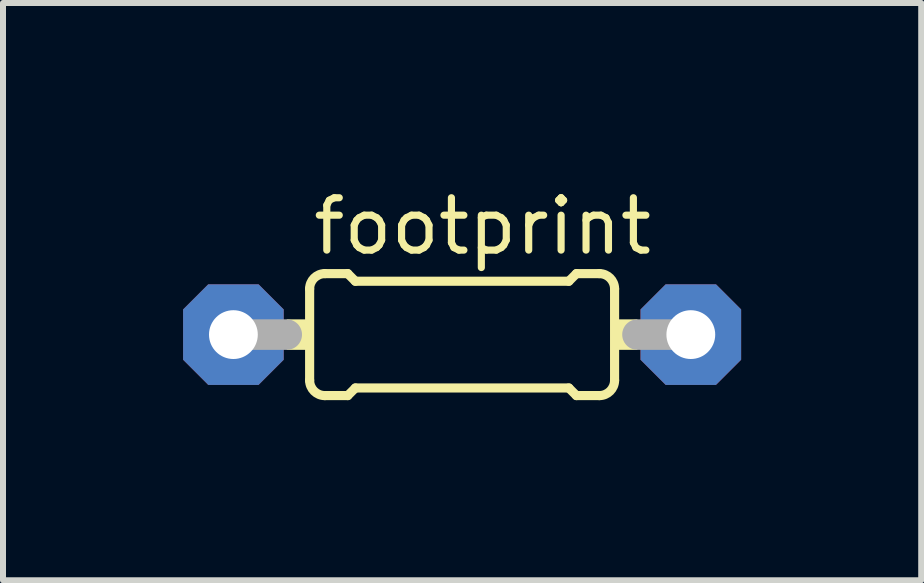
<source format=kicad_pcb>
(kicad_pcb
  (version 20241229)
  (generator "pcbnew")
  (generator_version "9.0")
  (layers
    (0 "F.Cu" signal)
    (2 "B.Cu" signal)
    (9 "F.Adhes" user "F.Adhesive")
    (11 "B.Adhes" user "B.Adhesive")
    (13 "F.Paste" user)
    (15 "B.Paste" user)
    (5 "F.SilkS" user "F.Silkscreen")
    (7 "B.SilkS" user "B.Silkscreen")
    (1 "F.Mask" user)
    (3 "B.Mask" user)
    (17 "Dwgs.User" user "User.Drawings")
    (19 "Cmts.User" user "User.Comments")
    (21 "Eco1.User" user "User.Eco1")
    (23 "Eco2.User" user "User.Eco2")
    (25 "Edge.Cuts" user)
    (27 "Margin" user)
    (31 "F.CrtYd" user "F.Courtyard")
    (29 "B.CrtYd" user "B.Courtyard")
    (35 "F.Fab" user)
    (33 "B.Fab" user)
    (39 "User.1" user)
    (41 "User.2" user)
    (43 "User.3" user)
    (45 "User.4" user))
  (footprint "footprint"
    (layer "F.Cu")
    (at 4.648 2.524)
    (property "Reference" "footprint" (at -2.54 -1.295 0) (layer "F.SilkS") (effects (font (size 0.872 0.872) (thickness 0.119)) (justify left bottom)))
    (fp_line (start -2.54 0.762) (end -2.54 -0.762) (stroke (width 0.152) (type solid)) (layer "F.SilkS"))
    (fp_line (start -2.286 -1.016) (end -1.905 -1.016) (stroke (width 0.152) (type solid)) (layer "F.SilkS"))
    (fp_line (start -2.286 1.016) (end -1.905 1.016) (stroke (width 0.152) (type solid)) (layer "F.SilkS"))
    (fp_line (start -1.778 -0.889) (end -1.905 -1.016) (stroke (width 0.152) (type solid)) (layer "F.SilkS"))
    (fp_line (start -1.778 0.889) (end -1.905 1.016) (stroke (width 0.152) (type solid)) (layer "F.SilkS"))
    (fp_line (start 1.778 -0.889) (end -1.778 -0.889) (stroke (width 0.152) (type solid)) (layer "F.SilkS"))
    (fp_line (start 1.778 -0.889) (end 1.905 -1.016) (stroke (width 0.152) (type solid)) (layer "F.SilkS"))
    (fp_line (start 1.778 0.889) (end -1.778 0.889) (stroke (width 0.152) (type solid)) (layer "F.SilkS"))
    (fp_line (start 1.778 0.889) (end 1.905 1.016) (stroke (width 0.152) (type solid)) (layer "F.SilkS"))
    (fp_line (start 2.286 -1.016) (end 1.905 -1.016) (stroke (width 0.152) (type solid)) (layer "F.SilkS"))
    (fp_line (start 2.286 1.016) (end 1.905 1.016) (stroke (width 0.152) (type solid)) (layer "F.SilkS"))
    (fp_line (start 2.54 0.762) (end 2.54 -0.762) (stroke (width 0.152) (type solid)) (layer "F.SilkS"))
    (fp_arc (start -2.54 -0.762) (mid -2.465605 -0.941605) (end -2.286 -1.016) (stroke (width 0.1524) (type solid)) (layer "F.SilkS"))
    (fp_arc (start -2.286 1.016) (mid -2.465605 0.941605) (end -2.54 0.762) (stroke (width 0.1524) (type solid)) (layer "F.SilkS"))
    (fp_arc (start 2.286 -1.016) (mid 2.465605 -0.941605) (end 2.54 -0.762) (stroke (width 0.1524) (type solid)) (layer "F.SilkS"))
    (fp_arc (start 2.54 0.762) (mid 2.465605 0.941605) (end 2.286 1.016) (stroke (width 0.1524) (type solid)) (layer "F.SilkS"))
    (fp_poly (pts (xy -2.921 0.254) (xy -2.54 0.254) (xy -2.54 -0.254) (xy -2.921 -0.254)) (stroke (width 0) (type solid)) (fill yes) (layer "F.SilkS"))
    (fp_poly (pts (xy 2.54 0.254) (xy 2.921 0.254) (xy 2.921 -0.254) (xy 2.54 -0.254)) (stroke (width 0) (type solid)) (fill yes) (layer "F.SilkS"))
    (fp_line (start -3.81 0) (end -2.921 0) (stroke (width 0.508) (type solid)) (layer "F.Fab"))
    (fp_line (start 3.81 0) (end 2.921 0) (stroke (width 0.508) (type solid)) (layer "F.Fab"))
    (pad "1" thru_hole roundrect (at -3.81 0) (size 1.676 1.676) (drill 0.813) (layers "*.Cu" "*.Mask") (roundrect_rratio 0.25) (chamfer_ratio 0.25) (chamfer top_left top_right bottom_left bottom_right))
    (pad "2" thru_hole roundrect (at 3.81 0) (size 1.676 1.676) (drill 0.813) (layers "*.Cu" "*.Mask") (roundrect_rratio 0.25) (chamfer_ratio 0.25) (chamfer top_left top_right bottom_left bottom_right)))
  (gr_rect
    (start -3 -3)
    (end 12.296 6.616)
    (stroke (width 0.1) (type default))
    (fill no)
    (layer "Edge.Cuts")))
</source>
